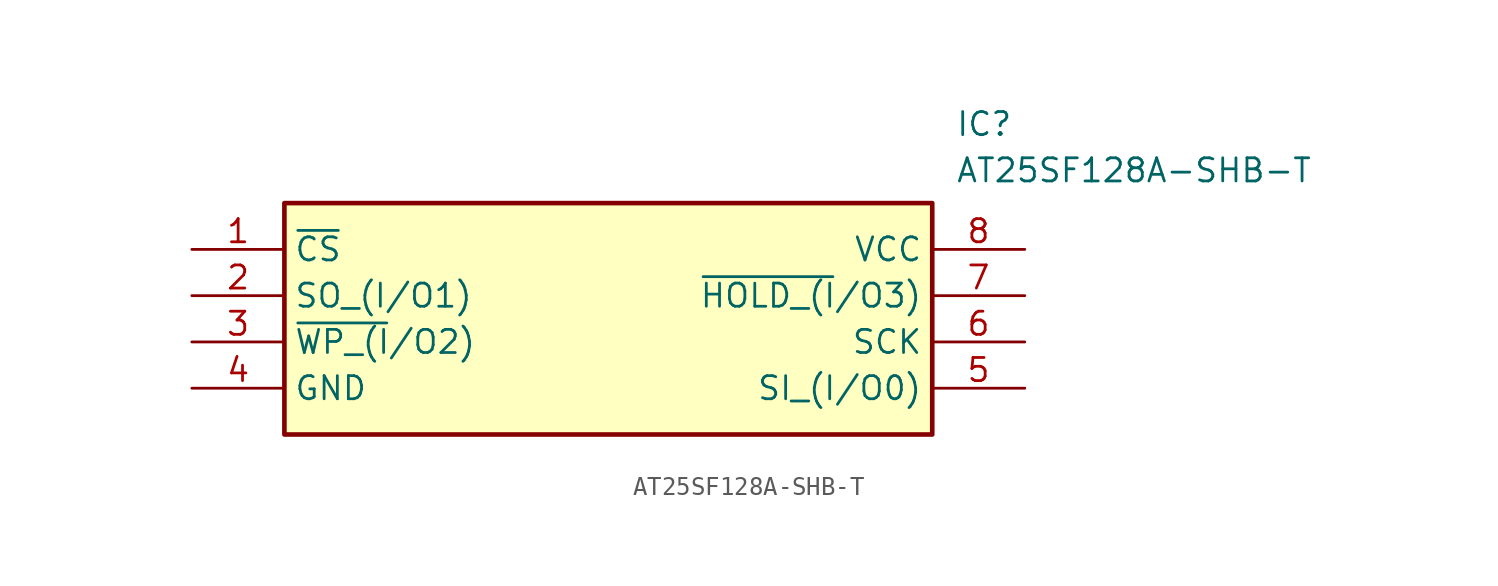
<source format=kicad_sym>
(kicad_symbol_lib
  (version 20211014)
  (generator SamacSys_ECAD_Model)
  (symbol "AT25SF128A-SHB-T"
    (property "Reference" "IC"
      (at 41.91 7.62 0)
      (effects (font (size 1.27 1.27)) (justify left top)))
    (property "Value" "AT25SF128A-SHB-T"
      (at 41.91 5.08 0)
      (effects (font (size 1.27 1.27)) (justify left top)))
    (rectangle
      (start 5.08 2.54)
      (end 40.64 -10.16)
      (stroke (width 0.254) (type default))
      (fill (type background)))
    (pin passive line
      (at 0 0 0)
      (length 5.08)
      (name "~{CS}" (effects (font (size 1.27 1.27))))
      (number "1" (effects (font (size 1.27 1.27)))))
    (pin passive line
      (at 0 -2.54 0)
      (length 5.08)
      (name "SO_(I/O1)" (effects (font (size 1.27 1.27))))
      (number "2" (effects (font (size 1.27 1.27)))))
    (pin passive line
      (at 0 -5.08 0)
      (length 5.08)
      (name "~{WP_(I}/O2)" (effects (font (size 1.27 1.27))))
      (number "3" (effects (font (size 1.27 1.27)))))
    (pin passive line
      (at 0 -7.62 0)
      (length 5.08)
      (name "GND" (effects (font (size 1.27 1.27))))
      (number "4" (effects (font (size 1.27 1.27)))))
    (pin passive line
      (at 45.72 0 180)
      (length 5.08)
      (name "VCC" (effects (font (size 1.27 1.27))))
      (number "8" (effects (font (size 1.27 1.27)))))
    (pin passive line
      (at 45.72 -2.54 180)
      (length 5.08)
      (name "~{HOLD_(I}/O3)" (effects (font (size 1.27 1.27))))
      (number "7" (effects (font (size 1.27 1.27)))))
    (pin passive line
      (at 45.72 -5.08 180)
      (length 5.08)
      (name "SCK" (effects (font (size 1.27 1.27))))
      (number "6" (effects (font (size 1.27 1.27)))))
    (pin passive line
      (at 45.72 -7.62 180)
      (length 5.08)
      (name "SI_(I/O0)" (effects (font (size 1.27 1.27))))
      (number "5" (effects (font (size 1.27 1.27)))))))
</source>
